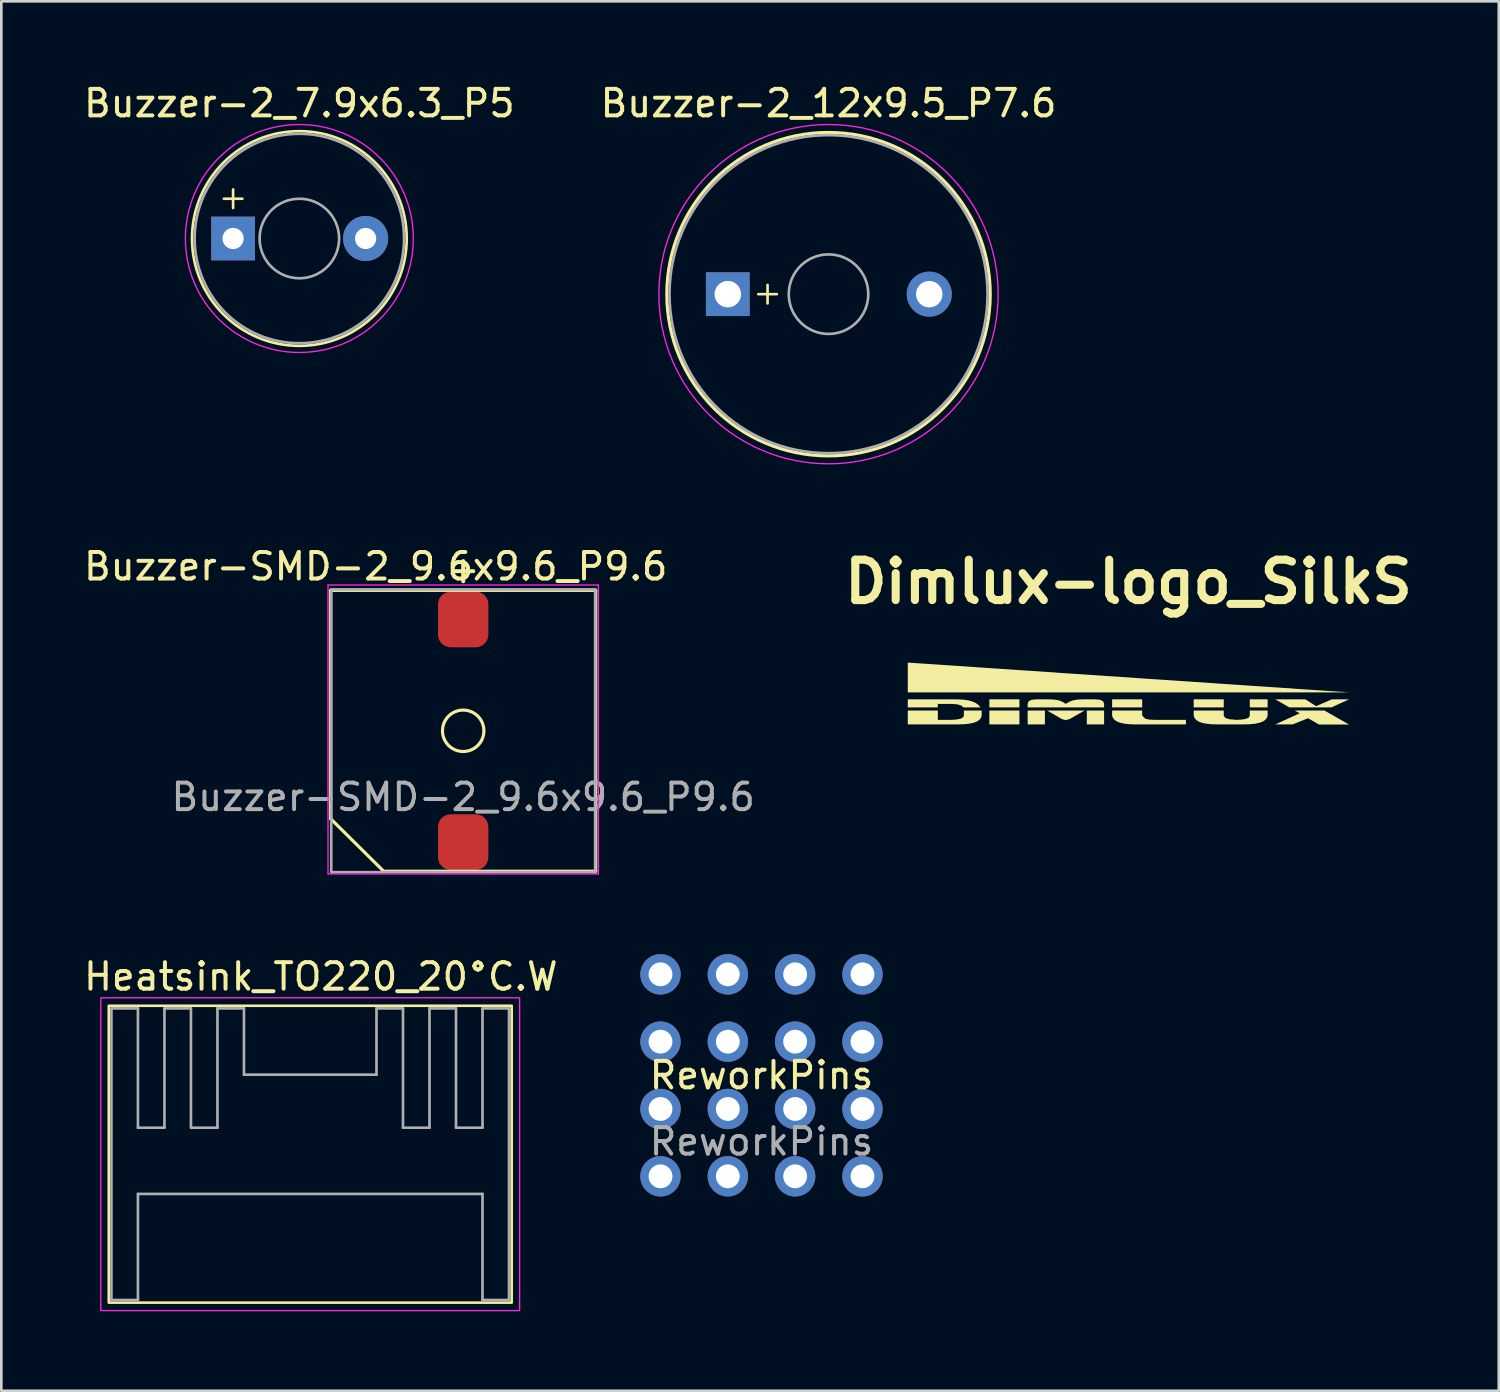
<source format=kicad_pcb>
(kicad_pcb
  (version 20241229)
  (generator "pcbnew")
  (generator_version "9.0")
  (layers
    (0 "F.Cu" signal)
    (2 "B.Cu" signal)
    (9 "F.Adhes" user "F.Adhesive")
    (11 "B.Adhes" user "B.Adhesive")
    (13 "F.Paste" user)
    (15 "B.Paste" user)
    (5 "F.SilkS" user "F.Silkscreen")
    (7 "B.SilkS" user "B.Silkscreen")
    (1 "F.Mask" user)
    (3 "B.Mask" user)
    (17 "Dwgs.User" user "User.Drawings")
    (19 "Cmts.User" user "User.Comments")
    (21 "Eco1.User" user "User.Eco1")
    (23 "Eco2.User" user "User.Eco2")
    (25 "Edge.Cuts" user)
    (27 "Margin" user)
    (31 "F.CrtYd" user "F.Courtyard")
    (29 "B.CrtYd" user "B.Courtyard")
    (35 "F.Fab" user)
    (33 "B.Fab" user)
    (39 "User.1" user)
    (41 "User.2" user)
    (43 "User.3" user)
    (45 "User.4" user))
  (footprint "Dimlux-logo_SilkS"
    (layer "F.Cu")
    (at 39.523 23.117)
    (property "Reference" "Dimlux-logo_SilkS" (at 0 -4.217 0) (layer "F.SilkS") (effects (font (size 1.524 1.524) (thickness 0.305))))
    (attr exclude_from_pos_files exclude_from_bom)
    (fp_poly (pts (xy -8.325 -0.045) (xy -8.325 -1.169) (xy 8.325 -0.045) (xy -8.325 -0.045)) (stroke (width 0) (type solid)) (fill yes) (layer "F.SilkS"))
    (fp_poly (pts (xy -5.247 0.217) (xy -4.113 0.217) (xy -4.113 0.521) (xy -5.247 0.521) (xy -5.247 0.217)) (stroke (width 0) (type solid)) (fill yes) (layer "F.SilkS"))
    (fp_poly (pts (xy -5.247 1.163) (xy -5.247 0.64) (xy -4.113 0.64) (xy -4.113 1.163) (xy -5.247 1.163)) (stroke (width 0) (type solid)) (fill yes) (layer "F.SilkS"))
    (fp_poly (pts (xy -3.802 1.163) (xy -3.802 0.64) (xy -3.151 0.64) (xy -3.151 1.163) (xy -3.802 1.163)) (stroke (width 0) (type solid)) (fill yes) (layer "F.SilkS"))
    (fp_poly (pts (xy -1.57 1.163) (xy -1.57 0.64) (xy -0.918 0.64) (xy -0.918 1.163) (xy -1.57 1.163)) (stroke (width 0) (type solid)) (fill yes) (layer "F.SilkS"))
    (fp_poly (pts (xy 0.519 0.521) (xy -0.616 0.521) (xy -0.616 0.217) (xy 0.519 0.217) (xy 0.519 0.521)) (stroke (width 0) (type solid)) (fill yes) (layer "F.SilkS"))
    (fp_poly (pts (xy 2.462 0.217) (xy 3.596 0.217) (xy 3.596 0.521) (xy 2.462 0.521) (xy 2.462 0.217)) (stroke (width 0) (type solid)) (fill yes) (layer "F.SilkS"))
    (fp_poly (pts (xy 4.578 0.217) (xy 5.251 0.217) (xy 5.251 0.521) (xy 4.578 0.521) (xy 4.578 0.217)) (stroke (width 0) (type solid)) (fill yes) (layer "F.SilkS"))
    (fp_poly (pts (xy -2.367 1.003) (xy -2.514 0.961) (xy -3.068 0.64) (xy -1.655 0.64) (xy -2.217 0.96) (xy -2.367 1.003)) (stroke (width 0) (type solid)) (fill yes) (layer "F.SilkS"))
    (fp_poly (pts (xy 6.674 0.217) (xy 7.08 0.474) (xy 7.676 0.217) (xy 8.319 0.217) (xy 7.66 0.521) (xy 6.07 0.521) (xy 5.54 0.217) (xy 6.674 0.217)) (stroke (width 0) (type solid)) (fill yes) (layer "F.SilkS"))
    (fp_poly (pts (xy 6.278 0.64) (xy 7.4 0.64) (xy 7.398 0.642) (xy 8.325 1.169) (xy 7.191 1.169) (xy 6.777 0.93) (xy 6.191 1.163) (xy 5.54 1.163) (xy 6.46 0.744) (xy 6.278 0.64)) (stroke (width 0) (type solid)) (fill yes) (layer "F.SilkS"))
    (fp_poly (pts (xy -7.191 0.521) (xy -8.325 0.521) (xy -8.325 0.218) (xy -6.468 0.218) (xy -6.249 0.227) (xy -6.058 0.253) (xy -5.895 0.296) (xy -5.76 0.356) (xy -5.653 0.434) (xy -5.581 0.521) (xy -6.221 0.521) (xy -6.312 0.448) (xy -6.463 0.405) (xy -6.672 0.39) (xy -7.191 0.39) (xy -7.191 0.521)) (stroke (width 0) (type solid)) (fill yes) (layer "F.SilkS"))
    (fp_poly (pts (xy 2.169 1.163) (xy 0.293 1.163) (xy 0.059 1.157) (xy -0.139 1.137) (xy -0.302 1.103) (xy -0.429 1.057) (xy -0.521 0.997) (xy -0.584 0.92) (xy -0.616 0.831) (xy -0.616 0.64) (xy 0.519 0.64) (xy 0.519 0.831) (xy 0.641 0.949) (xy 0.791 0.982) (xy 1.003 0.992) (xy 2.169 0.992) (xy 2.169 1.163)) (stroke (width 0) (type solid)) (fill yes) (layer "F.SilkS"))
    (fp_poly (pts (xy -3.802 0.39) (xy -3.767 0.294) (xy -3.661 0.236) (xy -3.483 0.217) (xy -3.005 0.217) (xy -2.8 0.226) (xy -2.635 0.254) (xy -2.51 0.3) (xy -2.367 0.387) (xy -2.211 0.3) (xy -2.086 0.254) (xy -1.921 0.226) (xy -1.716 0.217) (xy -1.249 0.217) (xy -1.065 0.235) (xy -0.955 0.29) (xy -0.918 0.381) (xy -0.918 0.521) (xy -3.802 0.521) (xy -3.802 0.39)) (stroke (width 0) (type solid)) (fill yes) (layer "F.SilkS"))
    (fp_poly (pts (xy -8.325 0.64) (xy -7.191 0.64) (xy -7.191 0.992) (xy -6.706 0.992) (xy -6.49 0.979) (xy -6.335 0.948) (xy -6.241 0.901) (xy -6.209 0.837) (xy -6.209 0.64) (xy -5.538 0.64) (xy -5.536 0.649) (xy -5.536 0.831) (xy -5.568 0.92) (xy -5.631 0.997) (xy -5.723 1.057) (xy -5.851 1.103) (xy -6.016 1.137) (xy -6.217 1.157) (xy -6.454 1.163) (xy -8.325 1.163) (xy -8.325 0.64)) (stroke (width 0) (type solid)) (fill yes) (layer "F.SilkS"))
    (fp_poly (pts (xy 4.578 0.64) (xy 5.251 0.64) (xy 5.251 0.831) (xy 5.22 0.92) (xy 5.156 0.997) (xy 5.064 1.057) (xy 4.936 1.103) (xy 4.771 1.137) (xy 4.57 1.157) (xy 4.333 1.163) (xy 3.371 1.163) (xy 3.137 1.157) (xy 2.938 1.137) (xy 2.776 1.103) (xy 2.649 1.057) (xy 2.557 0.997) (xy 2.493 0.92) (xy 2.462 0.831) (xy 2.462 0.64) (xy 3.596 0.64) (xy 3.596 0.831) (xy 3.65 0.915) (xy 3.812 0.969) (xy 4.081 0.992) (xy 4.297 0.978) (xy 4.452 0.947) (xy 4.545 0.901) (xy 4.578 0.837) (xy 4.578 0.64)) (stroke (width 0) (type solid)) (fill yes) (layer "F.SilkS")))
  (footprint "Heatsink_TO220_20°C.W"
    (layer "F.Cu")
    (at 8.654 40.495)
    (property "Reference" "Heatsink_TO220_20°C.W" (at 0.4 -6.7 0) (unlocked yes) (layer "F.SilkS") (effects (font (size 1 1) (thickness 0.15))))
    (fp_rect (start -7.6 -5.6) (end 7.6 5.6) (stroke (width 0.1) (type solid)) (fill no) (layer "F.SilkS"))
    (fp_rect (start -7.9 -5.9) (end 7.9 5.9) (stroke (width 0.05) (type solid)) (fill no) (layer "F.CrtYd"))
    (fp_line (start -7.5 -5.5) (end -6.5 -5.5) (stroke (width 0.1) (type solid)) (layer "F.Fab"))
    (fp_line (start -7.5 5.5) (end -7.5 -5.5) (stroke (width 0.1) (type solid)) (layer "F.Fab"))
    (fp_line (start -6.5 -5.5) (end -6.5 -1) (stroke (width 0.1) (type solid)) (layer "F.Fab"))
    (fp_line (start -6.5 -1) (end -5.5 -1) (stroke (width 0.1) (type solid)) (layer "F.Fab"))
    (fp_line (start -6.5 1.5) (end -6.5 5.5) (stroke (width 0.1) (type solid)) (layer "F.Fab"))
    (fp_line (start -6.5 5.5) (end -7.5 5.5) (stroke (width 0.1) (type solid)) (layer "F.Fab"))
    (fp_line (start -5.5 -5.5) (end -4.5 -5.5) (stroke (width 0.1) (type solid)) (layer "F.Fab"))
    (fp_line (start -5.5 -1) (end -5.5 -5.5) (stroke (width 0.1) (type solid)) (layer "F.Fab"))
    (fp_line (start -4.5 -5.5) (end -4.5 -1) (stroke (width 0.1) (type solid)) (layer "F.Fab"))
    (fp_line (start -4.5 -1) (end -3.5 -1) (stroke (width 0.1) (type solid)) (layer "F.Fab"))
    (fp_line (start -3.5 -1) (end -3.5 -5.5) (stroke (width 0.1) (type solid)) (layer "F.Fab"))
    (fp_line (start -2.5 -5.5) (end -3.5 -5.5) (stroke (width 0.1) (type solid)) (layer "F.Fab"))
    (fp_line (start -2.5 -5.5) (end -2.5 -3) (stroke (width 0.1) (type solid)) (layer "F.Fab"))
    (fp_line (start -2.5 -3) (end 2.5 -3) (stroke (width 0.1) (type solid)) (layer "F.Fab"))
    (fp_line (start 2.5 -5.5) (end 3.5 -5.5) (stroke (width 0.1) (type solid)) (layer "F.Fab"))
    (fp_line (start 2.5 -3) (end 2.5 -5.5) (stroke (width 0.1) (type solid)) (layer "F.Fab"))
    (fp_line (start 3.5 -5.5) (end 3.5 -1) (stroke (width 0.1) (type solid)) (layer "F.Fab"))
    (fp_line (start 3.5 -1) (end 4.5 -1) (stroke (width 0.1) (type solid)) (layer "F.Fab"))
    (fp_line (start 4.5 -5.5) (end 5.5 -5.5) (stroke (width 0.1) (type solid)) (layer "F.Fab"))
    (fp_line (start 4.5 -1) (end 4.5 -5.5) (stroke (width 0.1) (type solid)) (layer "F.Fab"))
    (fp_line (start 5.5 -5.5) (end 5.5 -1) (stroke (width 0.1) (type solid)) (layer "F.Fab"))
    (fp_line (start 5.5 -1) (end 6.5 -1) (stroke (width 0.1) (type solid)) (layer "F.Fab"))
    (fp_line (start 6.5 -5.5) (end 7.5 -5.5) (stroke (width 0.1) (type solid)) (layer "F.Fab"))
    (fp_line (start 6.5 -1) (end 6.5 -5.5) (stroke (width 0.1) (type solid)) (layer "F.Fab"))
    (fp_line (start 6.5 1.5) (end -6.5 1.5) (stroke (width 0.1) (type solid)) (layer "F.Fab"))
    (fp_line (start 6.5 5.5) (end 6.5 1.5) (stroke (width 0.1) (type solid)) (layer "F.Fab"))
    (fp_line (start 7.5 -5.5) (end 7.5 5.5) (stroke (width 0.1) (type solid)) (layer "F.Fab"))
    (fp_line (start 7.5 5.5) (end 6.5 5.5) (stroke (width 0.1) (type solid)) (layer "F.Fab")))
  (footprint "Buzzer-2_12x9.5_P7.6"
    (layer "F.Cu")
    (at 28.208 8.048)
    (property "Reference" "Buzzer-2_12x9.5_P7.6" (at 0 -7.2 0) (layer "F.SilkS") (effects (font (size 1 1) (thickness 0.15))))
    (attr through_hole)
    (fp_line (start -2.65 0) (end -1.95 0) (stroke (width 0.1) (type solid)) (layer "F.SilkS"))
    (fp_line (start -2.3 -0.35) (end -2.3 0.35) (stroke (width 0.1) (type solid)) (layer "F.SilkS"))
    (fp_circle (center 0 0) (end 6.1 0) (stroke (width 0.12) (type solid)) (fill no) (layer "F.SilkS"))
    (fp_circle (center 0 0) (end 6.4 0) (stroke (width 0.05) (type solid)) (fill no) (layer "F.CrtYd"))
    (fp_circle (center 0 0) (end 1.5 0) (stroke (width 0.1) (type solid)) (fill no) (layer "F.Fab"))
    (fp_circle (center 0 0) (end 6 0) (stroke (width 0.1) (type solid)) (fill no) (layer "F.Fab"))
    (pad "1" thru_hole rect (at -3.8 0) (size 1.65 1.65) (drill 1) (layers "*.Cu" "*.Mask"))
    (pad "2" thru_hole circle (at 3.8 0) (size 1.7 1.7) (drill 1) (layers "*.Cu" "*.Mask")))
  (footprint "Buzzer-2_7.9x6.3_P5"
    (layer "F.Cu")
    (at 8.244 5.948)
    (property "Reference" "Buzzer-2_7.9x6.3_P5" (at 0 -5.1 0) (layer "F.SilkS") (effects (font (size 1 1) (thickness 0.15))))
    (attr through_hole)
    (fp_line (start -2.85 -1.5) (end -2.15 -1.5) (stroke (width 0.1) (type solid)) (layer "F.SilkS"))
    (fp_line (start -2.5 -1.85) (end -2.5 -1.15) (stroke (width 0.1) (type solid)) (layer "F.SilkS"))
    (fp_circle (center 0 0) (end 4.05 0) (stroke (width 0.1) (type solid)) (fill no) (layer "F.SilkS"))
    (fp_circle (center 0 0) (end 4.3 0) (stroke (width 0.05) (type solid)) (fill no) (layer "F.CrtYd"))
    (fp_circle (center 0 0) (end 1.5 0) (stroke (width 0.1) (type solid)) (fill no) (layer "F.Fab"))
    (fp_circle (center 0 0) (end 3.95 0) (stroke (width 0.1) (type solid)) (fill no) (layer "F.Fab"))
    (pad "1" thru_hole rect (at -2.5 0) (size 1.65 1.65) (drill 0.8) (layers "*.Cu" "*.Mask"))
    (pad "2" thru_hole circle (at 2.5 0) (size 1.7 1.7) (drill 0.8) (layers "*.Cu" "*.Mask")))
  (footprint "Buzzer-SMD-2_9.6x9.6_P9.6"
    (layer "F.Cu")
    (at 14.425 24.521)
    (property "Reference" "Buzzer-SMD-2_9.6x9.6_P9.6" (at -3.3 -6.2 0) (unlocked yes) (layer "F.SilkS") (effects (font (size 1 1) (thickness 0.15))))
    (attr smd)
    (fp_line (start -5 -5.3) (end 5 -5.3) (stroke (width 0.12) (type solid)) (layer "F.SilkS"))
    (fp_line (start -5 3.318) (end -5 -5.3) (stroke (width 0.12) (type solid)) (layer "F.SilkS"))
    (fp_line (start -5 3.318) (end -3 5.3) (stroke (width 0.12) (type solid)) (layer "F.SilkS"))
    (fp_line (start -3 5.3) (end 5 5.3) (stroke (width 0.12) (type solid)) (layer "F.SilkS"))
    (fp_line (start 5 5.3) (end 5 -5.3) (stroke (width 0.12) (type solid)) (layer "F.SilkS"))
    (fp_circle (center 0 0) (end -0.6 -0.5) (stroke (width 0.12) (type solid)) (fill no) (layer "F.SilkS"))
    (fp_line (start -5.1 -5.5) (end 5.1 -5.5) (stroke (width 0.05) (type solid)) (layer "F.CrtYd"))
    (fp_line (start -5.1 5.4) (end -5.1 -5.5) (stroke (width 0.05) (type solid)) (layer "F.CrtYd"))
    (fp_line (start 5.1 -5.5) (end 5.1 5.4) (stroke (width 0.05) (type solid)) (layer "F.CrtYd"))
    (fp_line (start 5.1 5.4) (end -5.1 5.4) (stroke (width 0.05) (type solid)) (layer "F.CrtYd"))
    (fp_line (start -4.978 -5.334) (end 4.978 -5.334) (stroke (width 0.1) (type solid)) (layer "F.Fab"))
    (fp_line (start -4.978 5.334) (end -4.978 -5.283) (stroke (width 0.1) (type solid)) (layer "F.Fab"))
    (fp_line (start 4.978 -5.334) (end 4.978 5.334) (stroke (width 0.1) (type solid)) (layer "F.Fab"))
    (fp_line (start 4.978 5.334) (end -4.978 5.334) (stroke (width 0.1) (type solid)) (layer "F.Fab"))
    (fp_text user "+" (at 0 -6.096 0) (unlocked yes) (layer "F.SilkS") (effects (font (size 1 1) (thickness 0.15))))
    (fp_text user "${REFERENCE}" (at 0 2.5 0) (unlocked yes) (layer "F.Fab") (effects (font (size 1 1) (thickness 0.15))))
    (pad "1" smd roundrect (at 0 -4.2 90) (size 2.1 1.9) (layers "F.Cu" "F.Mask" "F.Paste") (roundrect_rratio 0.25))
    (pad "2" smd roundrect (at 0 4.2 90) (size 2.1 1.9) (layers "F.Cu" "F.Mask" "F.Paste") (roundrect_rratio 0.25)))
  (footprint "ReworkPins"
    (layer "F.Cu")
    (at 25.679 37.519)
    (property "Reference" "ReworkPins" (at 0 0 0) (unlocked yes) (layer "F.SilkS") (effects (font (size 1 1) (thickness 0.15))))
    (attr through_hole)
    (fp_text user "${REFERENCE}" (at 0 2.5 0) (unlocked yes) (layer "F.Fab") (effects (font (size 1 1) (thickness 0.15))))
    (pad "1" thru_hole circle (at -3.81 -3.81) (size 1.524 1.524) (drill 0.9) (layers "*.Cu" "*.Mask"))
    (pad "2" thru_hole circle (at -1.27 -3.81) (size 1.524 1.524) (drill 0.9) (layers "*.Cu" "*.Mask"))
    (pad "3" thru_hole circle (at 1.27 -3.81) (size 1.524 1.524) (drill 0.9) (layers "*.Cu" "*.Mask"))
    (pad "4" thru_hole circle (at 3.81 -3.81) (size 1.524 1.524) (drill 0.9) (layers "*.Cu" "*.Mask"))
    (pad "5" thru_hole circle (at -3.81 -1.27) (size 1.524 1.524) (drill 0.9) (layers "*.Cu" "*.Mask"))
    (pad "6" thru_hole circle (at -1.27 -1.27) (size 1.524 1.524) (drill 0.9) (layers "*.Cu" "*.Mask"))
    (pad "7" thru_hole circle (at 1.27 -1.27) (size 1.524 1.524) (drill 0.9) (layers "*.Cu" "*.Mask"))
    (pad "8" thru_hole circle (at 3.81 -1.27) (size 1.524 1.524) (drill 0.9) (layers "*.Cu" "*.Mask"))
    (pad "9" thru_hole circle (at -3.81 1.27) (size 1.524 1.524) (drill 0.9) (layers "*.Cu" "*.Mask"))
    (pad "10" thru_hole circle (at -1.27 1.27) (size 1.524 1.524) (drill 0.9) (layers "*.Cu" "*.Mask"))
    (pad "11" thru_hole circle (at 1.27 1.27) (size 1.524 1.524) (drill 0.9) (layers "*.Cu" "*.Mask"))
    (pad "12" thru_hole circle (at 3.81 1.27) (size 1.524 1.524) (drill 0.9) (layers "*.Cu" "*.Mask"))
    (pad "13" thru_hole circle (at -3.81 3.81) (size 1.524 1.524) (drill 0.9) (layers "*.Cu" "*.Mask"))
    (pad "14" thru_hole circle (at -1.27 3.81) (size 1.524 1.524) (drill 0.9) (layers "*.Cu" "*.Mask"))
    (pad "15" thru_hole circle (at 1.27 3.81) (size 1.524 1.524) (drill 0.9) (layers "*.Cu" "*.Mask"))
    (pad "16" thru_hole circle (at 3.81 3.81) (size 1.524 1.524) (drill 0.9) (layers "*.Cu" "*.Mask")))
  (gr_rect
    (start -3 -3)
    (end 53.496 49.42)
    (stroke (width 0.1) (type default))
    (fill no)
    (layer "Edge.Cuts")))
</source>
